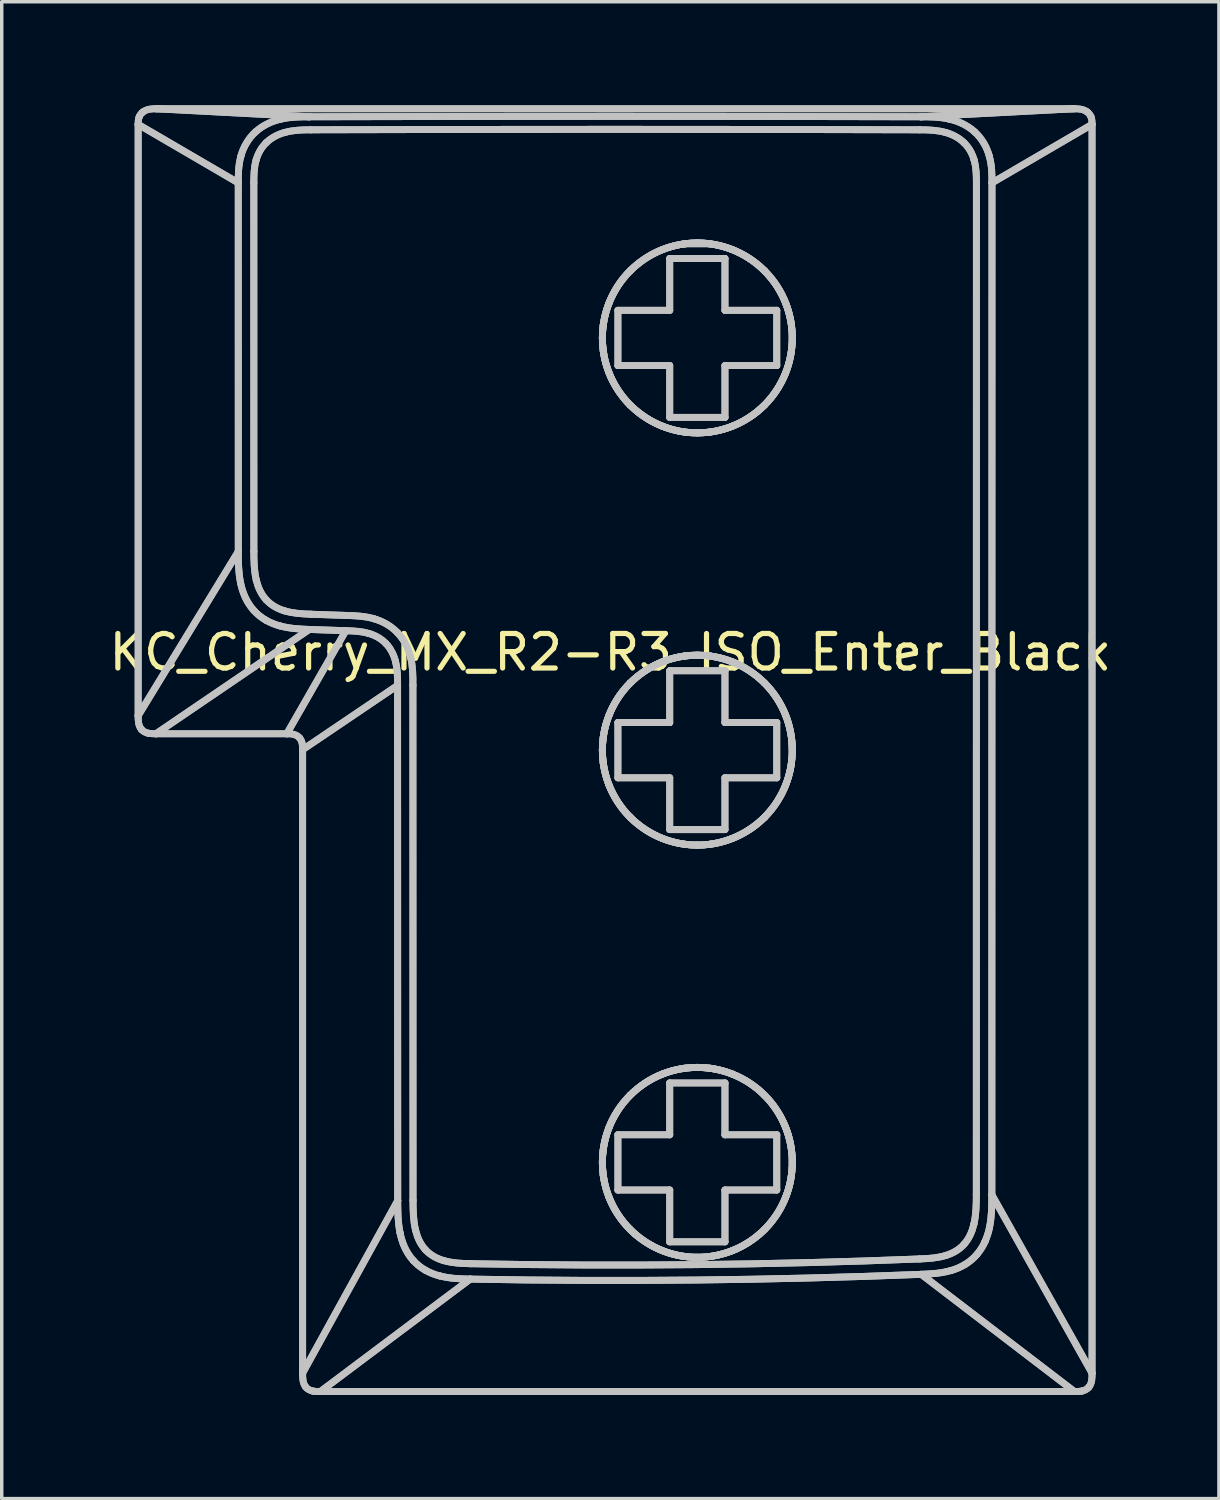
<source format=kicad_pcb>
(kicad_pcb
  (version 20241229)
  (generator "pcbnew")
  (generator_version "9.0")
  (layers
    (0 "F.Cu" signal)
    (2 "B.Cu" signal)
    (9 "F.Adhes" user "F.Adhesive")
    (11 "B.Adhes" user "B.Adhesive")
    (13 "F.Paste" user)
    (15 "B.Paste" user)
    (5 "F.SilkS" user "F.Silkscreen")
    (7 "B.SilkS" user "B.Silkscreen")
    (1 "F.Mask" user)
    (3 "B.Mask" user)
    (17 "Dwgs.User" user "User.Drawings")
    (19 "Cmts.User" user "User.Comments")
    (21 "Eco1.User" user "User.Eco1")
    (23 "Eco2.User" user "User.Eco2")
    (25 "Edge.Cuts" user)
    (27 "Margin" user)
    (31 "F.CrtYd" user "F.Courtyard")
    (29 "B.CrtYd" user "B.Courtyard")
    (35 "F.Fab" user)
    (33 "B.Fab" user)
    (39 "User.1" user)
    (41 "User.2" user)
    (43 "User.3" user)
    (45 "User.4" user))
  (footprint "KC_Cherry_MX_R2-R3_ISO_Enter_Black"
    (layer "F.Cu")
    (at 17.165 18.635)
    (property "Reference" "KC_Cherry_MX_R2-R3_ISO_Enter_Black" (at -2.54 -2.794 0) (layer "F.SilkS") (effects (font (size 1 1) (thickness 0.15))))
    (attr allow_missing_courtyard)
    (fp_line (start -16.214 -0.958) (end -16.214 -18.082) (stroke (width 0.2) (type default)) (layer "Dwgs.User"))
    (fp_line (start -16.214 -0.958) (end -16.214 -18.082) (stroke (width 0.2) (type default)) (layer "Dwgs.User"))
    (fp_line (start -15.683 -18.535) (end 10.88 -18.535) (stroke (width 0.2) (type default)) (layer "Dwgs.User"))
    (fp_line (start -15.683 -18.535) (end 10.88 -18.535) (stroke (width 0.2) (type default)) (layer "Dwgs.User"))
    (fp_line (start -13.315 -16.39) (end -16.214 -18.082) (stroke (width 0.2) (type default)) (layer "Dwgs.User"))
    (fp_line (start -13.315 -16.39) (end -16.214 -18.082) (stroke (width 0.2) (type default)) (layer "Dwgs.User"))
    (fp_line (start -13.315 -16.39) (end -13.314 -5.714) (stroke (width 0.2) (type default)) (layer "Dwgs.User"))
    (fp_line (start -13.315 -16.39) (end -13.314 -5.714) (stroke (width 0.2) (type default)) (layer "Dwgs.User"))
    (fp_line (start -13.314 -5.714) (end -16.214 -0.958) (stroke (width 0.2) (type default)) (layer "Dwgs.User"))
    (fp_line (start -13.314 -5.714) (end -16.214 -0.958) (stroke (width 0.2) (type default)) (layer "Dwgs.User"))
    (fp_line (start -12.864 -16.393) (end -12.863 -5.716) (stroke (width 0.2) (type default)) (layer "Dwgs.User"))
    (fp_line (start -12.864 -16.393) (end -12.863 -5.716) (stroke (width 0.2) (type default)) (layer "Dwgs.User"))
    (fp_line (start -11.909 -0.435) (end -15.699 -0.435) (stroke (width 0.2) (type default)) (layer "Dwgs.User"))
    (fp_line (start -11.909 -0.435) (end -15.699 -0.435) (stroke (width 0.2) (type default)) (layer "Dwgs.User"))
    (fp_line (start -11.909 -0.435) (end -10.2 -3.42) (stroke (width 0.2) (type default)) (layer "Dwgs.User"))
    (fp_line (start -11.909 -0.435) (end -10.2 -3.42) (stroke (width 0.2) (type default)) (layer "Dwgs.User"))
    (fp_line (start -11.451 0.025) (end -8.701 -1.834) (stroke (width 0.2) (type default)) (layer "Dwgs.User"))
    (fp_line (start -11.451 0.025) (end -8.701 -1.834) (stroke (width 0.2) (type default)) (layer "Dwgs.User"))
    (fp_line (start -11.451 18.079) (end -11.451 0.025) (stroke (width 0.2) (type default)) (layer "Dwgs.User"))
    (fp_line (start -11.451 18.079) (end -11.451 0.025) (stroke (width 0.2) (type default)) (layer "Dwgs.User"))
    (fp_line (start -11.258 -3.456) (end -15.699 -0.435) (stroke (width 0.2) (type default)) (layer "Dwgs.User"))
    (fp_line (start -11.258 -3.456) (end -15.699 -0.435) (stroke (width 0.2) (type default)) (layer "Dwgs.User"))
    (fp_line (start -11.251 -18.303) (end -15.683 -18.535) (stroke (width 0.2) (type default)) (layer "Dwgs.User"))
    (fp_line (start -11.251 -18.303) (end -15.683 -18.535) (stroke (width 0.2) (type default)) (layer "Dwgs.User"))
    (fp_line (start -10.2 -3.42) (end -11.258 -3.456) (stroke (width 0.2) (type default)) (layer "Dwgs.User"))
    (fp_line (start -10.2 -3.42) (end -11.258 -3.456) (stroke (width 0.2) (type default)) (layer "Dwgs.User"))
    (fp_line (start -10.165 -3.861) (end -11.219 -3.897) (stroke (width 0.2) (type default)) (layer "Dwgs.User"))
    (fp_line (start -10.165 -3.861) (end -11.219 -3.897) (stroke (width 0.2) (type default)) (layer "Dwgs.User"))
    (fp_line (start -8.697 13.085) (end -11.451 18.079) (stroke (width 0.2) (type default)) (layer "Dwgs.User"))
    (fp_line (start -8.697 13.085) (end -11.451 18.079) (stroke (width 0.2) (type default)) (layer "Dwgs.User"))
    (fp_line (start -8.697 13.085) (end -8.701 -1.834) (stroke (width 0.2) (type default)) (layer "Dwgs.User"))
    (fp_line (start -8.697 13.085) (end -8.701 -1.834) (stroke (width 0.2) (type default)) (layer "Dwgs.User"))
    (fp_line (start -8.254 13.083) (end -8.257 -1.837) (stroke (width 0.2) (type default)) (layer "Dwgs.User"))
    (fp_line (start -8.254 13.083) (end -8.257 -1.837) (stroke (width 0.2) (type default)) (layer "Dwgs.User"))
    (fp_line (start -6.598 15.358) (end -10.939 18.615) (stroke (width 0.2) (type default)) (layer "Dwgs.User"))
    (fp_line (start -6.598 15.358) (end -10.939 18.615) (stroke (width 0.2) (type default)) (layer "Dwgs.User"))
    (fp_line (start -2.32 -12.698) (end -0.82 -12.698) (stroke (width 0.2) (type default)) (layer "Dwgs.User"))
    (fp_line (start -2.32 -12.698) (end -0.82 -12.698) (stroke (width 0.2) (type default)) (layer "Dwgs.User"))
    (fp_line (start -2.32 -11.098) (end -2.32 -12.698) (stroke (width 0.2) (type default)) (layer "Dwgs.User"))
    (fp_line (start -2.32 -11.098) (end -2.32 -12.698) (stroke (width 0.2) (type default)) (layer "Dwgs.User"))
    (fp_line (start -2.32 -0.76) (end -0.82 -0.76) (stroke (width 0.2) (type default)) (layer "Dwgs.User"))
    (fp_line (start -2.32 -0.76) (end -0.82 -0.76) (stroke (width 0.2) (type default)) (layer "Dwgs.User"))
    (fp_line (start -2.32 0.84) (end -2.32 -0.76) (stroke (width 0.2) (type default)) (layer "Dwgs.User"))
    (fp_line (start -2.32 0.84) (end -2.32 -0.76) (stroke (width 0.2) (type default)) (layer "Dwgs.User"))
    (fp_line (start -2.32 11.178) (end -0.82 11.178) (stroke (width 0.2) (type default)) (layer "Dwgs.User"))
    (fp_line (start -2.32 11.178) (end -0.82 11.178) (stroke (width 0.2) (type default)) (layer "Dwgs.User"))
    (fp_line (start -2.32 12.778) (end -2.32 11.178) (stroke (width 0.2) (type default)) (layer "Dwgs.User"))
    (fp_line (start -2.32 12.778) (end -2.32 11.178) (stroke (width 0.2) (type default)) (layer "Dwgs.User"))
    (fp_line (start -0.82 -14.198) (end 0.78 -14.198) (stroke (width 0.2) (type default)) (layer "Dwgs.User"))
    (fp_line (start -0.82 -14.198) (end 0.78 -14.198) (stroke (width 0.2) (type default)) (layer "Dwgs.User"))
    (fp_line (start -0.82 -12.698) (end -0.82 -14.198) (stroke (width 0.2) (type default)) (layer "Dwgs.User"))
    (fp_line (start -0.82 -12.698) (end -0.82 -14.198) (stroke (width 0.2) (type default)) (layer "Dwgs.User"))
    (fp_line (start -0.82 -11.098) (end -2.32 -11.098) (stroke (width 0.2) (type default)) (layer "Dwgs.User"))
    (fp_line (start -0.82 -11.098) (end -2.32 -11.098) (stroke (width 0.2) (type default)) (layer "Dwgs.User"))
    (fp_line (start -0.82 -9.598) (end -0.82 -11.098) (stroke (width 0.2) (type default)) (layer "Dwgs.User"))
    (fp_line (start -0.82 -9.598) (end -0.82 -11.098) (stroke (width 0.2) (type default)) (layer "Dwgs.User"))
    (fp_line (start -0.82 -2.26) (end 0.78 -2.26) (stroke (width 0.2) (type default)) (layer "Dwgs.User"))
    (fp_line (start -0.82 -2.26) (end 0.78 -2.26) (stroke (width 0.2) (type default)) (layer "Dwgs.User"))
    (fp_line (start -0.82 -0.76) (end -0.82 -2.26) (stroke (width 0.2) (type default)) (layer "Dwgs.User"))
    (fp_line (start -0.82 -0.76) (end -0.82 -2.26) (stroke (width 0.2) (type default)) (layer "Dwgs.User"))
    (fp_line (start -0.82 0.84) (end -2.32 0.84) (stroke (width 0.2) (type default)) (layer "Dwgs.User"))
    (fp_line (start -0.82 0.84) (end -2.32 0.84) (stroke (width 0.2) (type default)) (layer "Dwgs.User"))
    (fp_line (start -0.82 2.34) (end -0.82 0.84) (stroke (width 0.2) (type default)) (layer "Dwgs.User"))
    (fp_line (start -0.82 2.34) (end -0.82 0.84) (stroke (width 0.2) (type default)) (layer "Dwgs.User"))
    (fp_line (start -0.82 9.678) (end 0.78 9.678) (stroke (width 0.2) (type default)) (layer "Dwgs.User"))
    (fp_line (start -0.82 9.678) (end 0.78 9.678) (stroke (width 0.2) (type default)) (layer "Dwgs.User"))
    (fp_line (start -0.82 11.178) (end -0.82 9.678) (stroke (width 0.2) (type default)) (layer "Dwgs.User"))
    (fp_line (start -0.82 11.178) (end -0.82 9.678) (stroke (width 0.2) (type default)) (layer "Dwgs.User"))
    (fp_line (start -0.82 12.778) (end -2.32 12.778) (stroke (width 0.2) (type default)) (layer "Dwgs.User"))
    (fp_line (start -0.82 12.778) (end -2.32 12.778) (stroke (width 0.2) (type default)) (layer "Dwgs.User"))
    (fp_line (start -0.82 14.278) (end -0.82 12.778) (stroke (width 0.2) (type default)) (layer "Dwgs.User"))
    (fp_line (start -0.82 14.278) (end -0.82 12.778) (stroke (width 0.2) (type default)) (layer "Dwgs.User"))
    (fp_line (start -0.395 -14.623) (end -0.395 -14.623) (stroke (width 0.2) (type default)) (layer "Dwgs.User"))
    (fp_line (start -0.395 -14.623) (end 0.355 -14.623) (stroke (width 0.2) (type default)) (layer "Dwgs.User"))
    (fp_line (start 0.78 -14.198) (end 0.78 -12.698) (stroke (width 0.2) (type default)) (layer "Dwgs.User"))
    (fp_line (start 0.78 -14.198) (end 0.78 -12.698) (stroke (width 0.2) (type default)) (layer "Dwgs.User"))
    (fp_line (start 0.78 -12.698) (end 2.28 -12.698) (stroke (width 0.2) (type default)) (layer "Dwgs.User"))
    (fp_line (start 0.78 -12.698) (end 2.28 -12.698) (stroke (width 0.2) (type default)) (layer "Dwgs.User"))
    (fp_line (start 0.78 -11.098) (end 0.78 -9.598) (stroke (width 0.2) (type default)) (layer "Dwgs.User"))
    (fp_line (start 0.78 -11.098) (end 0.78 -9.598) (stroke (width 0.2) (type default)) (layer "Dwgs.User"))
    (fp_line (start 0.78 -9.598) (end -0.82 -9.598) (stroke (width 0.2) (type default)) (layer "Dwgs.User"))
    (fp_line (start 0.78 -9.598) (end -0.82 -9.598) (stroke (width 0.2) (type default)) (layer "Dwgs.User"))
    (fp_line (start 0.78 -2.26) (end 0.78 -0.76) (stroke (width 0.2) (type default)) (layer "Dwgs.User"))
    (fp_line (start 0.78 -2.26) (end 0.78 -0.76) (stroke (width 0.2) (type default)) (layer "Dwgs.User"))
    (fp_line (start 0.78 -0.76) (end 2.28 -0.76) (stroke (width 0.2) (type default)) (layer "Dwgs.User"))
    (fp_line (start 0.78 -0.76) (end 2.28 -0.76) (stroke (width 0.2) (type default)) (layer "Dwgs.User"))
    (fp_line (start 0.78 0.84) (end 0.78 2.34) (stroke (width 0.2) (type default)) (layer "Dwgs.User"))
    (fp_line (start 0.78 0.84) (end 0.78 2.34) (stroke (width 0.2) (type default)) (layer "Dwgs.User"))
    (fp_line (start 0.78 2.34) (end -0.82 2.34) (stroke (width 0.2) (type default)) (layer "Dwgs.User"))
    (fp_line (start 0.78 2.34) (end -0.82 2.34) (stroke (width 0.2) (type default)) (layer "Dwgs.User"))
    (fp_line (start 0.78 9.678) (end 0.78 11.178) (stroke (width 0.2) (type default)) (layer "Dwgs.User"))
    (fp_line (start 0.78 9.678) (end 0.78 11.178) (stroke (width 0.2) (type default)) (layer "Dwgs.User"))
    (fp_line (start 0.78 11.178) (end 2.28 11.178) (stroke (width 0.2) (type default)) (layer "Dwgs.User"))
    (fp_line (start 0.78 11.178) (end 2.28 11.178) (stroke (width 0.2) (type default)) (layer "Dwgs.User"))
    (fp_line (start 0.78 12.778) (end 0.78 14.278) (stroke (width 0.2) (type default)) (layer "Dwgs.User"))
    (fp_line (start 0.78 12.778) (end 0.78 14.278) (stroke (width 0.2) (type default)) (layer "Dwgs.User"))
    (fp_line (start 0.78 14.278) (end -0.82 14.278) (stroke (width 0.2) (type default)) (layer "Dwgs.User"))
    (fp_line (start 0.78 14.278) (end -0.82 14.278) (stroke (width 0.2) (type default)) (layer "Dwgs.User"))
    (fp_line (start 2.28 -12.698) (end 2.28 -11.098) (stroke (width 0.2) (type default)) (layer "Dwgs.User"))
    (fp_line (start 2.28 -12.698) (end 2.28 -11.098) (stroke (width 0.2) (type default)) (layer "Dwgs.User"))
    (fp_line (start 2.28 -11.098) (end 0.78 -11.098) (stroke (width 0.2) (type default)) (layer "Dwgs.User"))
    (fp_line (start 2.28 -11.098) (end 0.78 -11.098) (stroke (width 0.2) (type default)) (layer "Dwgs.User"))
    (fp_line (start 2.28 -0.76) (end 2.28 0.84) (stroke (width 0.2) (type default)) (layer "Dwgs.User"))
    (fp_line (start 2.28 -0.76) (end 2.28 0.84) (stroke (width 0.2) (type default)) (layer "Dwgs.User"))
    (fp_line (start 2.28 0.84) (end 0.78 0.84) (stroke (width 0.2) (type default)) (layer "Dwgs.User"))
    (fp_line (start 2.28 0.84) (end 0.78 0.84) (stroke (width 0.2) (type default)) (layer "Dwgs.User"))
    (fp_line (start 2.28 11.178) (end 2.28 12.778) (stroke (width 0.2) (type default)) (layer "Dwgs.User"))
    (fp_line (start 2.28 11.178) (end 2.28 12.778) (stroke (width 0.2) (type default)) (layer "Dwgs.User"))
    (fp_line (start 2.28 12.778) (end 0.78 12.778) (stroke (width 0.2) (type default)) (layer "Dwgs.User"))
    (fp_line (start 2.28 12.778) (end 0.78 12.778) (stroke (width 0.2) (type default)) (layer "Dwgs.User"))
    (fp_line (start 2.704 -0.336) (end 2.73 0.039) (stroke (width 0.2) (type default)) (layer "Dwgs.User"))
    (fp_line (start 6.464 15.22) (end 10.901 18.615) (stroke (width 0.2) (type default)) (layer "Dwgs.User"))
    (fp_line (start 6.464 15.22) (end 10.901 18.615) (stroke (width 0.2) (type default)) (layer "Dwgs.User"))
    (fp_line (start 8.06 12.914) (end 8.062 -16.393) (stroke (width 0.2) (type default)) (layer "Dwgs.User"))
    (fp_line (start 8.06 12.914) (end 8.062 -16.393) (stroke (width 0.2) (type default)) (layer "Dwgs.User"))
    (fp_line (start 8.509 12.916) (end 8.513 -16.39) (stroke (width 0.2) (type default)) (layer "Dwgs.User"))
    (fp_line (start 8.509 12.916) (end 8.513 -16.39) (stroke (width 0.2) (type default)) (layer "Dwgs.User"))
    (fp_line (start 8.509 12.916) (end 11.411 18.081) (stroke (width 0.2) (type default)) (layer "Dwgs.User"))
    (fp_line (start 8.509 12.916) (end 11.411 18.081) (stroke (width 0.2) (type default)) (layer "Dwgs.User"))
    (fp_line (start 10.88 -18.535) (end 6.449 -18.303) (stroke (width 0.2) (type default)) (layer "Dwgs.User"))
    (fp_line (start 10.88 -18.535) (end 6.449 -18.303) (stroke (width 0.2) (type default)) (layer "Dwgs.User"))
    (fp_line (start 10.901 18.615) (end -10.939 18.615) (stroke (width 0.2) (type default)) (layer "Dwgs.User"))
    (fp_line (start 10.901 18.615) (end -10.939 18.615) (stroke (width 0.2) (type default)) (layer "Dwgs.User"))
    (fp_line (start 11.411 -18.082) (end 8.513 -16.39) (stroke (width 0.2) (type default)) (layer "Dwgs.User"))
    (fp_line (start 11.411 -18.082) (end 8.513 -16.39) (stroke (width 0.2) (type default)) (layer "Dwgs.User"))
    (fp_line (start 11.411 -18.082) (end 11.411 18.081) (stroke (width 0.2) (type default)) (layer "Dwgs.User"))
    (fp_line (start 11.411 -18.082) (end 11.411 18.081) (stroke (width 0.2) (type default)) (layer "Dwgs.User"))
    (fp_curve (pts (xy -16.214 -18.082) (xy -16.214 -18.155) (xy -16.212 -18.231) (xy -16.184 -18.3)) (stroke (width 0.2) (type default)) (layer "Dwgs.User"))
    (fp_curve (pts (xy -16.214 -18.082) (xy -16.214 -18.155) (xy -16.212 -18.231) (xy -16.184 -18.3)) (stroke (width 0.2) (type default)) (layer "Dwgs.User"))
    (fp_curve (pts (xy -16.184 -18.3) (xy -16.161 -18.356) (xy -16.125 -18.403) (xy -16.078 -18.44)) (stroke (width 0.2) (type default)) (layer "Dwgs.User"))
    (fp_curve (pts (xy -16.184 -18.3) (xy -16.161 -18.356) (xy -16.125 -18.403) (xy -16.078 -18.44)) (stroke (width 0.2) (type default)) (layer "Dwgs.User"))
    (fp_curve (pts (xy -16.12 -0.562) (xy -16.212 -0.671) (xy -16.214 -0.823) (xy -16.214 -0.958)) (stroke (width 0.2) (type default)) (layer "Dwgs.User"))
    (fp_curve (pts (xy -16.12 -0.562) (xy -16.212 -0.671) (xy -16.214 -0.823) (xy -16.214 -0.958)) (stroke (width 0.2) (type default)) (layer "Dwgs.User"))
    (fp_curve (pts (xy -16.078 -18.44) (xy -15.966 -18.528) (xy -15.819 -18.537) (xy -15.683 -18.535)) (stroke (width 0.2) (type default)) (layer "Dwgs.User"))
    (fp_curve (pts (xy -16.078 -18.44) (xy -15.966 -18.528) (xy -15.819 -18.537) (xy -15.683 -18.535)) (stroke (width 0.2) (type default)) (layer "Dwgs.User"))
    (fp_curve (pts (xy -15.918 -0.45) (xy -15.994 -0.465) (xy -16.069 -0.501) (xy -16.12 -0.562)) (stroke (width 0.2) (type default)) (layer "Dwgs.User"))
    (fp_curve (pts (xy -15.918 -0.45) (xy -15.994 -0.465) (xy -16.069 -0.501) (xy -16.12 -0.562)) (stroke (width 0.2) (type default)) (layer "Dwgs.User"))
    (fp_curve (pts (xy -15.699 -0.435) (xy -15.772 -0.433) (xy -15.845 -0.438) (xy -15.918 -0.45)) (stroke (width 0.2) (type default)) (layer "Dwgs.User"))
    (fp_curve (pts (xy -15.699 -0.435) (xy -15.772 -0.433) (xy -15.845 -0.438) (xy -15.918 -0.45)) (stroke (width 0.2) (type default)) (layer "Dwgs.User"))
    (fp_curve (pts (xy -13.315 -16.39) (xy -13.314 -16.611) (xy -13.317 -16.875) (xy -13.238 -17.165)) (stroke (width 0.2) (type default)) (layer "Dwgs.User"))
    (fp_curve (pts (xy -13.315 -16.39) (xy -13.314 -16.611) (xy -13.317 -16.875) (xy -13.238 -17.165)) (stroke (width 0.2) (type default)) (layer "Dwgs.User"))
    (fp_curve (pts (xy -13.247 -4.801) (xy -13.315 -5.132) (xy -13.312 -5.435) (xy -13.314 -5.714)) (stroke (width 0.2) (type default)) (layer "Dwgs.User"))
    (fp_curve (pts (xy -13.247 -4.801) (xy -13.315 -5.132) (xy -13.312 -5.435) (xy -13.314 -5.714)) (stroke (width 0.2) (type default)) (layer "Dwgs.User"))
    (fp_curve (pts (xy -13.238 -17.165) (xy -13.17 -17.419) (xy -13.021 -17.68) (xy -12.815 -17.865)) (stroke (width 0.2) (type default)) (layer "Dwgs.User"))
    (fp_curve (pts (xy -13.238 -17.165) (xy -13.17 -17.419) (xy -13.021 -17.68) (xy -12.815 -17.865)) (stroke (width 0.2) (type default)) (layer "Dwgs.User"))
    (fp_curve (pts (xy -12.869 -4.012) (xy -13.09 -4.26) (xy -13.194 -4.547) (xy -13.247 -4.801)) (stroke (width 0.2) (type default)) (layer "Dwgs.User"))
    (fp_curve (pts (xy -12.869 -4.012) (xy -13.09 -4.26) (xy -13.194 -4.547) (xy -13.247 -4.801)) (stroke (width 0.2) (type default)) (layer "Dwgs.User"))
    (fp_curve (pts (xy -12.864 -16.393) (xy -12.864 -16.614) (xy -12.859 -16.839) (xy -12.797 -17.053)) (stroke (width 0.2) (type default)) (layer "Dwgs.User"))
    (fp_curve (pts (xy -12.864 -16.393) (xy -12.864 -16.614) (xy -12.859 -16.839) (xy -12.797 -17.053)) (stroke (width 0.2) (type default)) (layer "Dwgs.User"))
    (fp_curve (pts (xy -12.815 -17.865) (xy -12.595 -18.066) (xy -12.331 -18.178) (xy -12.084 -18.235)) (stroke (width 0.2) (type default)) (layer "Dwgs.User"))
    (fp_curve (pts (xy -12.815 -17.865) (xy -12.595 -18.066) (xy -12.331 -18.178) (xy -12.084 -18.235)) (stroke (width 0.2) (type default)) (layer "Dwgs.User"))
    (fp_curve (pts (xy -12.797 -17.053) (xy -12.744 -17.241) (xy -12.645 -17.416) (xy -12.506 -17.551)) (stroke (width 0.2) (type default)) (layer "Dwgs.User"))
    (fp_curve (pts (xy -12.797 -17.053) (xy -12.744 -17.241) (xy -12.645 -17.416) (xy -12.506 -17.551)) (stroke (width 0.2) (type default)) (layer "Dwgs.User"))
    (fp_curve (pts (xy -12.793 -4.885) (xy -12.857 -5.156) (xy -12.863 -5.438) (xy -12.863 -5.716)) (stroke (width 0.2) (type default)) (layer "Dwgs.User"))
    (fp_curve (pts (xy -12.793 -4.885) (xy -12.857 -5.156) (xy -12.863 -5.438) (xy -12.863 -5.716)) (stroke (width 0.2) (type default)) (layer "Dwgs.User"))
    (fp_curve (pts (xy -12.523 -3.729) (xy -12.648 -3.802) (xy -12.769 -3.899) (xy -12.869 -4.012)) (stroke (width 0.2) (type default)) (layer "Dwgs.User"))
    (fp_curve (pts (xy -12.523 -3.729) (xy -12.648 -3.802) (xy -12.769 -3.899) (xy -12.869 -4.012)) (stroke (width 0.2) (type default)) (layer "Dwgs.User"))
    (fp_curve (pts (xy -12.506 -17.551) (xy -12.357 -17.697) (xy -12.166 -17.795) (xy -11.966 -17.85)) (stroke (width 0.2) (type default)) (layer "Dwgs.User"))
    (fp_curve (pts (xy -12.506 -17.551) (xy -12.357 -17.697) (xy -12.166 -17.795) (xy -11.966 -17.85)) (stroke (width 0.2) (type default)) (layer "Dwgs.User"))
    (fp_curve (pts (xy -12.505 -4.314) (xy -12.652 -4.473) (xy -12.743 -4.676) (xy -12.793 -4.885)) (stroke (width 0.2) (type default)) (layer "Dwgs.User"))
    (fp_curve (pts (xy -12.505 -4.314) (xy -12.652 -4.473) (xy -12.743 -4.676) (xy -12.793 -4.885)) (stroke (width 0.2) (type default)) (layer "Dwgs.User"))
    (fp_curve (pts (xy -12.121 -3.562) (xy -12.254 -3.597) (xy -12.388 -3.653) (xy -12.523 -3.729)) (stroke (width 0.2) (type default)) (layer "Dwgs.User"))
    (fp_curve (pts (xy -12.121 -3.562) (xy -12.254 -3.597) (xy -12.388 -3.653) (xy -12.523 -3.729)) (stroke (width 0.2) (type default)) (layer "Dwgs.User"))
    (fp_curve (pts (xy -12.084 -18.235) (xy -11.784 -18.304) (xy -11.502 -18.301) (xy -11.251 -18.303)) (stroke (width 0.2) (type default)) (layer "Dwgs.User"))
    (fp_curve (pts (xy -12.084 -18.235) (xy -11.784 -18.304) (xy -11.502 -18.301) (xy -11.251 -18.303)) (stroke (width 0.2) (type default)) (layer "Dwgs.User"))
    (fp_curve (pts (xy -11.983 -3.997) (xy -12.179 -4.056) (xy -12.365 -4.161) (xy -12.505 -4.314)) (stroke (width 0.2) (type default)) (layer "Dwgs.User"))
    (fp_curve (pts (xy -11.983 -3.997) (xy -12.179 -4.056) (xy -12.365 -4.161) (xy -12.505 -4.314)) (stroke (width 0.2) (type default)) (layer "Dwgs.User"))
    (fp_curve (pts (xy -11.966 -17.85) (xy -11.725 -17.917) (xy -11.47 -17.926) (xy -11.22 -17.926)) (stroke (width 0.2) (type default)) (layer "Dwgs.User"))
    (fp_curve (pts (xy -11.966 -17.85) (xy -11.725 -17.917) (xy -11.47 -17.926) (xy -11.22 -17.926)) (stroke (width 0.2) (type default)) (layer "Dwgs.User"))
    (fp_curve (pts (xy -11.54 -0.315) (xy -11.63 -0.421) (xy -11.778 -0.439) (xy -11.909 -0.435)) (stroke (width 0.2) (type default)) (layer "Dwgs.User"))
    (fp_curve (pts (xy -11.54 -0.315) (xy -11.63 -0.421) (xy -11.778 -0.439) (xy -11.909 -0.435)) (stroke (width 0.2) (type default)) (layer "Dwgs.User"))
    (fp_curve (pts (xy -11.451 0.025) (xy -11.449 -0.092) (xy -11.459 -0.222) (xy -11.54 -0.315)) (stroke (width 0.2) (type default)) (layer "Dwgs.User"))
    (fp_curve (pts (xy -11.451 0.025) (xy -11.449 -0.092) (xy -11.459 -0.222) (xy -11.54 -0.315)) (stroke (width 0.2) (type default)) (layer "Dwgs.User"))
    (fp_curve (pts (xy -11.358 18.486) (xy -11.451 18.373) (xy -11.451 18.218) (xy -11.451 18.079)) (stroke (width 0.2) (type default)) (layer "Dwgs.User"))
    (fp_curve (pts (xy -11.358 18.486) (xy -11.451 18.373) (xy -11.451 18.218) (xy -11.451 18.079)) (stroke (width 0.2) (type default)) (layer "Dwgs.User"))
    (fp_curve (pts (xy -11.258 -3.456) (xy -11.517 -3.468) (xy -11.803 -3.474) (xy -12.121 -3.562)) (stroke (width 0.2) (type default)) (layer "Dwgs.User"))
    (fp_curve (pts (xy -11.258 -3.456) (xy -11.517 -3.468) (xy -11.803 -3.474) (xy -12.121 -3.562)) (stroke (width 0.2) (type default)) (layer "Dwgs.User"))
    (fp_curve (pts (xy -11.251 -18.303) (xy -5.365 -18.32) (xy 0.562 -18.32) (xy 6.449 -18.303)) (stroke (width 0.2) (type default)) (layer "Dwgs.User"))
    (fp_curve (pts (xy -11.251 -18.303) (xy -5.365 -18.32) (xy 0.562 -18.32) (xy 6.449 -18.303)) (stroke (width 0.2) (type default)) (layer "Dwgs.User"))
    (fp_curve (pts (xy -11.22 -17.926) (xy -5.354 -17.944) (xy 0.552 -17.944) (xy 6.417 -17.926)) (stroke (width 0.2) (type default)) (layer "Dwgs.User"))
    (fp_curve (pts (xy -11.22 -17.926) (xy -5.354 -17.944) (xy 0.552 -17.944) (xy 6.417 -17.926)) (stroke (width 0.2) (type default)) (layer "Dwgs.User"))
    (fp_curve (pts (xy -11.219 -3.897) (xy -11.476 -3.907) (xy -11.736 -3.922) (xy -11.983 -3.997)) (stroke (width 0.2) (type default)) (layer "Dwgs.User"))
    (fp_curve (pts (xy -11.219 -3.897) (xy -11.476 -3.907) (xy -11.736 -3.922) (xy -11.983 -3.997)) (stroke (width 0.2) (type default)) (layer "Dwgs.User"))
    (fp_curve (pts (xy -11.157 18.6) (xy -11.234 18.584) (xy -11.308 18.548) (xy -11.358 18.486)) (stroke (width 0.2) (type default)) (layer "Dwgs.User"))
    (fp_curve (pts (xy -11.157 18.6) (xy -11.234 18.584) (xy -11.308 18.548) (xy -11.358 18.486)) (stroke (width 0.2) (type default)) (layer "Dwgs.User"))
    (fp_curve (pts (xy -10.939 18.615) (xy -11.012 18.617) (xy -11.085 18.612) (xy -11.157 18.6)) (stroke (width 0.2) (type default)) (layer "Dwgs.User"))
    (fp_curve (pts (xy -10.939 18.615) (xy -11.012 18.617) (xy -11.085 18.612) (xy -11.157 18.6)) (stroke (width 0.2) (type default)) (layer "Dwgs.User"))
    (fp_curve (pts (xy -10.2 -3.42) (xy -9.94 -3.413) (xy -9.728 -3.398) (xy -9.533 -3.34)) (stroke (width 0.2) (type default)) (layer "Dwgs.User"))
    (fp_curve (pts (xy -10.2 -3.42) (xy -9.94 -3.413) (xy -9.728 -3.398) (xy -9.533 -3.34)) (stroke (width 0.2) (type default)) (layer "Dwgs.User"))
    (fp_curve (pts (xy -10.165 -3.861) (xy -9.904 -3.854) (xy -9.639 -3.841) (xy -9.387 -3.766)) (stroke (width 0.2) (type default)) (layer "Dwgs.User"))
    (fp_curve (pts (xy -10.165 -3.861) (xy -9.904 -3.854) (xy -9.639 -3.841) (xy -9.387 -3.766)) (stroke (width 0.2) (type default)) (layer "Dwgs.User"))
    (fp_curve (pts (xy -9.533 -3.34) (xy -9.336 -3.282) (xy -9.17 -3.184) (xy -9.038 -3.048)) (stroke (width 0.2) (type default)) (layer "Dwgs.User"))
    (fp_curve (pts (xy -9.533 -3.34) (xy -9.336 -3.282) (xy -9.17 -3.184) (xy -9.038 -3.048)) (stroke (width 0.2) (type default)) (layer "Dwgs.User"))
    (fp_curve (pts (xy -9.387 -3.766) (xy -9.13 -3.693) (xy -8.888 -3.556) (xy -8.703 -3.361)) (stroke (width 0.2) (type default)) (layer "Dwgs.User"))
    (fp_curve (pts (xy -9.387 -3.766) (xy -9.13 -3.693) (xy -8.888 -3.556) (xy -8.703 -3.361)) (stroke (width 0.2) (type default)) (layer "Dwgs.User"))
    (fp_curve (pts (xy -9.038 -3.048) (xy -8.907 -2.909) (xy -8.815 -2.739) (xy -8.762 -2.536)) (stroke (width 0.2) (type default)) (layer "Dwgs.User"))
    (fp_curve (pts (xy -9.038 -3.048) (xy -8.907 -2.909) (xy -8.815 -2.739) (xy -8.762 -2.536)) (stroke (width 0.2) (type default)) (layer "Dwgs.User"))
    (fp_curve (pts (xy -8.762 -2.536) (xy -8.708 -2.33) (xy -8.699 -2.106) (xy -8.701 -1.834)) (stroke (width 0.2) (type default)) (layer "Dwgs.User"))
    (fp_curve (pts (xy -8.762 -2.536) (xy -8.708 -2.33) (xy -8.699 -2.106) (xy -8.701 -1.834)) (stroke (width 0.2) (type default)) (layer "Dwgs.User"))
    (fp_curve (pts (xy -8.703 -3.361) (xy -8.516 -3.166) (xy -8.39 -2.917) (xy -8.326 -2.656)) (stroke (width 0.2) (type default)) (layer "Dwgs.User"))
    (fp_curve (pts (xy -8.703 -3.361) (xy -8.516 -3.166) (xy -8.39 -2.917) (xy -8.326 -2.656)) (stroke (width 0.2) (type default)) (layer "Dwgs.User"))
    (fp_curve (pts (xy -8.629 14.02) (xy -8.698 13.681) (xy -8.695 13.372) (xy -8.697 13.085)) (stroke (width 0.2) (type default)) (layer "Dwgs.User"))
    (fp_curve (pts (xy -8.629 14.02) (xy -8.698 13.681) (xy -8.695 13.372) (xy -8.697 13.085)) (stroke (width 0.2) (type default)) (layer "Dwgs.User"))
    (fp_curve (pts (xy -8.326 -2.656) (xy -8.258 -2.389) (xy -8.255 -2.111) (xy -8.257 -1.837)) (stroke (width 0.2) (type default)) (layer "Dwgs.User"))
    (fp_curve (pts (xy -8.326 -2.656) (xy -8.258 -2.389) (xy -8.255 -2.111) (xy -8.257 -1.837)) (stroke (width 0.2) (type default)) (layer "Dwgs.User"))
    (fp_curve (pts (xy -8.246 14.82) (xy -8.475 14.567) (xy -8.576 14.276) (xy -8.629 14.02)) (stroke (width 0.2) (type default)) (layer "Dwgs.User"))
    (fp_curve (pts (xy -8.246 14.82) (xy -8.475 14.567) (xy -8.576 14.276) (xy -8.629 14.02)) (stroke (width 0.2) (type default)) (layer "Dwgs.User"))
    (fp_curve (pts (xy -8.181 13.937) (xy -8.247 13.658) (xy -8.253 13.369) (xy -8.254 13.083)) (stroke (width 0.2) (type default)) (layer "Dwgs.User"))
    (fp_curve (pts (xy -8.181 13.937) (xy -8.247 13.658) (xy -8.253 13.369) (xy -8.254 13.083)) (stroke (width 0.2) (type default)) (layer "Dwgs.User"))
    (fp_curve (pts (xy -7.891 15.103) (xy -8.018 15.032) (xy -8.143 14.934) (xy -8.246 14.82)) (stroke (width 0.2) (type default)) (layer "Dwgs.User"))
    (fp_curve (pts (xy -7.891 15.103) (xy -8.018 15.032) (xy -8.143 14.934) (xy -8.246 14.82)) (stroke (width 0.2) (type default)) (layer "Dwgs.User"))
    (fp_curve (pts (xy -7.89 14.513) (xy -8.04 14.353) (xy -8.131 14.148) (xy -8.181 13.937)) (stroke (width 0.2) (type default)) (layer "Dwgs.User"))
    (fp_curve (pts (xy -7.89 14.513) (xy -8.04 14.353) (xy -8.131 14.148) (xy -8.181 13.937)) (stroke (width 0.2) (type default)) (layer "Dwgs.User"))
    (fp_curve (pts (xy -7.479 15.266) (xy -7.614 15.234) (xy -7.751 15.18) (xy -7.891 15.103)) (stroke (width 0.2) (type default)) (layer "Dwgs.User"))
    (fp_curve (pts (xy -7.479 15.266) (xy -7.614 15.234) (xy -7.751 15.18) (xy -7.891 15.103)) (stroke (width 0.2) (type default)) (layer "Dwgs.User"))
    (fp_curve (pts (xy -7.361 14.823) (xy -7.559 14.767) (xy -7.748 14.665) (xy -7.89 14.513)) (stroke (width 0.2) (type default)) (layer "Dwgs.User"))
    (fp_curve (pts (xy -7.361 14.823) (xy -7.559 14.767) (xy -7.748 14.665) (xy -7.89 14.513)) (stroke (width 0.2) (type default)) (layer "Dwgs.User"))
    (fp_curve (pts (xy -6.598 15.358) (xy -6.862 15.351) (xy -7.153 15.35) (xy -7.479 15.266)) (stroke (width 0.2) (type default)) (layer "Dwgs.User"))
    (fp_curve (pts (xy -6.598 15.358) (xy -6.862 15.351) (xy -7.153 15.35) (xy -7.479 15.266)) (stroke (width 0.2) (type default)) (layer "Dwgs.User"))
    (fp_curve (pts (xy -6.578 14.912) (xy -6.841 14.907) (xy -7.107 14.896) (xy -7.361 14.823)) (stroke (width 0.2) (type default)) (layer "Dwgs.User"))
    (fp_curve (pts (xy -6.578 14.912) (xy -6.841 14.907) (xy -7.107 14.896) (xy -7.361 14.823)) (stroke (width 0.2) (type default)) (layer "Dwgs.User"))
    (fp_curve (pts (xy -2.77 -11.899) (xy -2.77 -11.575) (xy -2.711 -11.225) (xy -2.577 -10.886)) (stroke (width 0.2) (type default)) (layer "Dwgs.User"))
    (fp_curve (pts (xy -2.77 -11.899) (xy -2.77 -11.575) (xy -2.711 -11.225) (xy -2.577 -10.886)) (stroke (width 0.2) (type default)) (layer "Dwgs.User"))
    (fp_curve (pts (xy -2.77 0.039) (xy -2.77 0.363) (xy -2.711 0.713) (xy -2.577 1.052)) (stroke (width 0.2) (type default)) (layer "Dwgs.User"))
    (fp_curve (pts (xy -2.77 0.039) (xy -2.77 0.363) (xy -2.711 0.713) (xy -2.577 1.052)) (stroke (width 0.2) (type default)) (layer "Dwgs.User"))
    (fp_curve (pts (xy -2.77 11.977) (xy -2.77 12.301) (xy -2.711 12.651) (xy -2.577 12.99)) (stroke (width 0.2) (type default)) (layer "Dwgs.User"))
    (fp_curve (pts (xy -2.77 11.977) (xy -2.77 12.301) (xy -2.711 12.651) (xy -2.577 12.99)) (stroke (width 0.2) (type default)) (layer "Dwgs.User"))
    (fp_curve (pts (xy -2.744 -11.524) (xy -2.665 -10.935) (xy -2.386 -10.374) (xy -1.965 -9.954)) (stroke (width 0.2) (type default)) (layer "Dwgs.User"))
    (fp_curve (pts (xy -2.744 -11.524) (xy -2.665 -10.935) (xy -2.386 -10.374) (xy -1.965 -9.954)) (stroke (width 0.2) (type default)) (layer "Dwgs.User"))
    (fp_curve (pts (xy -2.744 12.352) (xy -2.656 13.009) (xy -2.321 13.627) (xy -1.815 14.06)) (stroke (width 0.2) (type default)) (layer "Dwgs.User"))
    (fp_curve (pts (xy -2.744 12.352) (xy -2.656 13.009) (xy -2.321 13.627) (xy -1.815 14.06)) (stroke (width 0.2) (type default)) (layer "Dwgs.User"))
    (fp_curve (pts (xy -2.744 -12.274) (xy -2.779 -12.024) (xy -2.779 -11.774) (xy -2.744 -11.524)) (stroke (width 0.2) (type default)) (layer "Dwgs.User"))
    (fp_curve (pts (xy -2.744 -12.274) (xy -2.779 -12.024) (xy -2.779 -11.774) (xy -2.744 -11.524)) (stroke (width 0.2) (type default)) (layer "Dwgs.User"))
    (fp_curve (pts (xy -2.744 -0.336) (xy -2.779 -0.086) (xy -2.779 0.164) (xy -2.744 0.414)) (stroke (width 0.2) (type default)) (layer "Dwgs.User"))
    (fp_curve (pts (xy -2.744 -0.336) (xy -2.779 -0.086) (xy -2.779 0.164) (xy -2.744 0.414)) (stroke (width 0.2) (type default)) (layer "Dwgs.User"))
    (fp_curve (pts (xy -2.744 -0.336) (xy -2.664 -0.925) (xy -2.386 -1.486) (xy -1.965 -1.905)) (stroke (width 0.2) (type default)) (layer "Dwgs.User"))
    (fp_curve (pts (xy -2.744 -0.336) (xy -2.664 -0.925) (xy -2.386 -1.486) (xy -1.965 -1.905)) (stroke (width 0.2) (type default)) (layer "Dwgs.User"))
    (fp_curve (pts (xy -2.744 11.602) (xy -2.779 11.852) (xy -2.779 12.102) (xy -2.744 12.352)) (stroke (width 0.2) (type default)) (layer "Dwgs.User"))
    (fp_curve (pts (xy -2.744 11.602) (xy -2.779 11.852) (xy -2.779 12.102) (xy -2.744 12.352)) (stroke (width 0.2) (type default)) (layer "Dwgs.User"))
    (fp_curve (pts (xy -2.577 -12.911) (xy -2.711 -12.572) (xy -2.77 -12.222) (xy -2.77 -11.899)) (stroke (width 0.2) (type default)) (layer "Dwgs.User"))
    (fp_curve (pts (xy -2.577 -12.911) (xy -2.711 -12.572) (xy -2.77 -12.222) (xy -2.77 -11.899)) (stroke (width 0.2) (type default)) (layer "Dwgs.User"))
    (fp_curve (pts (xy -2.577 -10.886) (xy -2.444 -10.548) (xy -2.234 -10.222) (xy -1.965 -9.954)) (stroke (width 0.2) (type default)) (layer "Dwgs.User"))
    (fp_curve (pts (xy -2.577 -10.886) (xy -2.444 -10.548) (xy -2.234 -10.222) (xy -1.965 -9.954)) (stroke (width 0.2) (type default)) (layer "Dwgs.User"))
    (fp_curve (pts (xy -2.577 -0.973) (xy -2.711 -0.634) (xy -2.77 -0.284) (xy -2.77 0.039)) (stroke (width 0.2) (type default)) (layer "Dwgs.User"))
    (fp_curve (pts (xy -2.577 -0.973) (xy -2.711 -0.634) (xy -2.77 -0.284) (xy -2.77 0.039)) (stroke (width 0.2) (type default)) (layer "Dwgs.User"))
    (fp_curve (pts (xy -2.577 1.052) (xy -2.444 1.39) (xy -2.234 1.716) (xy -1.965 1.984)) (stroke (width 0.2) (type default)) (layer "Dwgs.User"))
    (fp_curve (pts (xy -2.577 1.052) (xy -2.444 1.39) (xy -2.234 1.716) (xy -1.965 1.984)) (stroke (width 0.2) (type default)) (layer "Dwgs.User"))
    (fp_curve (pts (xy -2.577 10.965) (xy -2.711 11.304) (xy -2.77 11.654) (xy -2.77 11.977)) (stroke (width 0.2) (type default)) (layer "Dwgs.User"))
    (fp_curve (pts (xy -2.577 10.965) (xy -2.711 11.304) (xy -2.77 11.654) (xy -2.77 11.977)) (stroke (width 0.2) (type default)) (layer "Dwgs.User"))
    (fp_curve (pts (xy -2.577 12.99) (xy -2.444 13.328) (xy -2.234 13.654) (xy -1.965 13.922)) (stroke (width 0.2) (type default)) (layer "Dwgs.User"))
    (fp_curve (pts (xy -2.577 12.99) (xy -2.444 13.328) (xy -2.234 13.654) (xy -1.965 13.922)) (stroke (width 0.2) (type default)) (layer "Dwgs.User"))
    (fp_curve (pts (xy -1.965 -13.843) (xy -2.386 -13.424) (xy -2.664 -12.863) (xy -2.744 -12.274)) (stroke (width 0.2) (type default)) (layer "Dwgs.User"))
    (fp_curve (pts (xy -1.965 -13.843) (xy -2.386 -13.424) (xy -2.664 -12.863) (xy -2.744 -12.274)) (stroke (width 0.2) (type default)) (layer "Dwgs.User"))
    (fp_curve (pts (xy -1.965 -13.843) (xy -2.234 -13.575) (xy -2.444 -13.249) (xy -2.577 -12.911)) (stroke (width 0.2) (type default)) (layer "Dwgs.User"))
    (fp_curve (pts (xy -1.965 -13.843) (xy -2.234 -13.575) (xy -2.444 -13.249) (xy -2.577 -12.911)) (stroke (width 0.2) (type default)) (layer "Dwgs.User"))
    (fp_curve (pts (xy -1.965 -9.954) (xy -1.696 -9.685) (xy -1.371 -9.475) (xy -1.032 -9.342)) (stroke (width 0.2) (type default)) (layer "Dwgs.User"))
    (fp_curve (pts (xy -1.965 -9.954) (xy -1.696 -9.685) (xy -1.371 -9.475) (xy -1.032 -9.342)) (stroke (width 0.2) (type default)) (layer "Dwgs.User"))
    (fp_curve (pts (xy -1.965 -9.954) (xy -1.538 -9.528) (xy -0.986 -9.256) (xy -0.395 -9.174)) (stroke (width 0.2) (type default)) (layer "Dwgs.User"))
    (fp_curve (pts (xy -1.965 -9.954) (xy -1.538 -9.528) (xy -0.986 -9.256) (xy -0.395 -9.174)) (stroke (width 0.2) (type default)) (layer "Dwgs.User"))
    (fp_curve (pts (xy -1.965 -1.905) (xy -2.234 -1.637) (xy -2.444 -1.311) (xy -2.577 -0.973)) (stroke (width 0.2) (type default)) (layer "Dwgs.User"))
    (fp_curve (pts (xy -1.965 -1.905) (xy -2.234 -1.637) (xy -2.444 -1.311) (xy -2.577 -0.973)) (stroke (width 0.2) (type default)) (layer "Dwgs.User"))
    (fp_curve (pts (xy -1.965 -1.905) (xy -1.538 -2.332) (xy -0.986 -2.604) (xy -0.395 -2.685)) (stroke (width 0.2) (type default)) (layer "Dwgs.User"))
    (fp_curve (pts (xy -1.965 -1.905) (xy -1.538 -2.332) (xy -0.986 -2.604) (xy -0.395 -2.685)) (stroke (width 0.2) (type default)) (layer "Dwgs.User"))
    (fp_curve (pts (xy -1.965 1.984) (xy -2.386 1.564) (xy -2.665 1.003) (xy -2.744 0.414)) (stroke (width 0.2) (type default)) (layer "Dwgs.User"))
    (fp_curve (pts (xy -1.965 1.984) (xy -2.386 1.564) (xy -2.665 1.003) (xy -2.744 0.414)) (stroke (width 0.2) (type default)) (layer "Dwgs.User"))
    (fp_curve (pts (xy -1.965 1.984) (xy -1.696 2.253) (xy -1.371 2.463) (xy -1.032 2.596)) (stroke (width 0.2) (type default)) (layer "Dwgs.User"))
    (fp_curve (pts (xy -1.965 1.984) (xy -1.696 2.253) (xy -1.371 2.463) (xy -1.032 2.596)) (stroke (width 0.2) (type default)) (layer "Dwgs.User"))
    (fp_curve (pts (xy -1.965 10.033) (xy -2.386 10.452) (xy -2.664 11.013) (xy -2.744 11.602)) (stroke (width 0.2) (type default)) (layer "Dwgs.User"))
    (fp_curve (pts (xy -1.965 10.033) (xy -2.386 10.452) (xy -2.664 11.013) (xy -2.744 11.602)) (stroke (width 0.2) (type default)) (layer "Dwgs.User"))
    (fp_curve (pts (xy -1.965 10.033) (xy -2.234 10.301) (xy -2.444 10.627) (xy -2.577 10.965)) (stroke (width 0.2) (type default)) (layer "Dwgs.User"))
    (fp_curve (pts (xy -1.965 10.033) (xy -2.234 10.301) (xy -2.444 10.627) (xy -2.577 10.965)) (stroke (width 0.2) (type default)) (layer "Dwgs.User"))
    (fp_curve (pts (xy -1.965 13.922) (xy -1.696 14.191) (xy -1.371 14.401) (xy -1.032 14.534)) (stroke (width 0.2) (type default)) (layer "Dwgs.User"))
    (fp_curve (pts (xy -1.965 13.922) (xy -1.696 14.191) (xy -1.371 14.401) (xy -1.032 14.534)) (stroke (width 0.2) (type default)) (layer "Dwgs.User"))
    (fp_curve (pts (xy -1.815 14.06) (xy -1.632 14.219) (xy -1.398 14.378) (xy -1.111 14.502)) (stroke (width 0.2) (type default)) (layer "Dwgs.User"))
    (fp_curve (pts (xy -1.815 14.06) (xy -1.632 14.219) (xy -1.398 14.378) (xy -1.111 14.502)) (stroke (width 0.2) (type default)) (layer "Dwgs.User"))
    (fp_curve (pts (xy -1.111 14.502) (xy -0.816 14.631) (xy -0.432 14.729) (xy -0.02 14.727)) (stroke (width 0.2) (type default)) (layer "Dwgs.User"))
    (fp_curve (pts (xy -1.111 14.502) (xy -0.816 14.631) (xy -0.432 14.729) (xy -0.02 14.727)) (stroke (width 0.2) (type default)) (layer "Dwgs.User"))
    (fp_curve (pts (xy -1.032 -14.456) (xy -1.371 -14.322) (xy -1.696 -14.112) (xy -1.965 -13.843)) (stroke (width 0.2) (type default)) (layer "Dwgs.User"))
    (fp_curve (pts (xy -1.032 -14.456) (xy -1.371 -14.322) (xy -1.696 -14.112) (xy -1.965 -13.843)) (stroke (width 0.2) (type default)) (layer "Dwgs.User"))
    (fp_curve (pts (xy -1.032 -9.342) (xy -0.693 -9.207) (xy -0.344 -9.148) (xy -0.02 -9.149)) (stroke (width 0.2) (type default)) (layer "Dwgs.User"))
    (fp_curve (pts (xy -1.032 -9.342) (xy -0.693 -9.207) (xy -0.344 -9.148) (xy -0.02 -9.149)) (stroke (width 0.2) (type default)) (layer "Dwgs.User"))
    (fp_curve (pts (xy -1.032 -2.518) (xy -1.371 -2.384) (xy -1.696 -2.174) (xy -1.965 -1.905)) (stroke (width 0.2) (type default)) (layer "Dwgs.User"))
    (fp_curve (pts (xy -1.032 -2.518) (xy -1.371 -2.384) (xy -1.696 -2.174) (xy -1.965 -1.905)) (stroke (width 0.2) (type default)) (layer "Dwgs.User"))
    (fp_curve (pts (xy -1.032 2.596) (xy -0.693 2.731) (xy -0.344 2.79) (xy -0.02 2.789)) (stroke (width 0.2) (type default)) (layer "Dwgs.User"))
    (fp_curve (pts (xy -1.032 2.596) (xy -0.693 2.731) (xy -0.344 2.79) (xy -0.02 2.789)) (stroke (width 0.2) (type default)) (layer "Dwgs.User"))
    (fp_curve (pts (xy -1.032 9.42) (xy -1.371 9.554) (xy -1.696 9.764) (xy -1.965 10.033)) (stroke (width 0.2) (type default)) (layer "Dwgs.User"))
    (fp_curve (pts (xy -1.032 9.42) (xy -1.371 9.554) (xy -1.696 9.764) (xy -1.965 10.033)) (stroke (width 0.2) (type default)) (layer "Dwgs.User"))
    (fp_curve (pts (xy -1.032 14.534) (xy -0.693 14.669) (xy -0.344 14.728) (xy -0.02 14.727)) (stroke (width 0.2) (type default)) (layer "Dwgs.User"))
    (fp_curve (pts (xy -1.032 14.534) (xy -0.693 14.669) (xy -0.344 14.728) (xy -0.02 14.727)) (stroke (width 0.2) (type default)) (layer "Dwgs.User"))
    (fp_curve (pts (xy -0.395 -14.623) (xy -0.986 -14.542) (xy -1.538 -14.27) (xy -1.965 -13.843)) (stroke (width 0.2) (type default)) (layer "Dwgs.User"))
    (fp_curve (pts (xy -0.395 -14.623) (xy -0.986 -14.542) (xy -1.538 -14.27) (xy -1.965 -13.843)) (stroke (width 0.2) (type default)) (layer "Dwgs.User"))
    (fp_curve (pts (xy -0.395 -14.623) (xy -0.145 -14.657) (xy 0.105 -14.657) (xy 0.355 -14.623)) (stroke (width 0.2) (type default)) (layer "Dwgs.User"))
    (fp_curve (pts (xy -0.395 -14.623) (xy -0.145 -14.657) (xy 0.105 -14.657) (xy 0.355 -14.623)) (stroke (width 0.2) (type default)) (layer "Dwgs.User"))
    (fp_curve (pts (xy -0.395 -2.685) (xy -0.145 -2.719) (xy 0.105 -2.719) (xy 0.355 -2.685)) (stroke (width 0.2) (type default)) (layer "Dwgs.User"))
    (fp_curve (pts (xy -0.395 -2.685) (xy -0.145 -2.719) (xy 0.105 -2.719) (xy 0.355 -2.685)) (stroke (width 0.2) (type default)) (layer "Dwgs.User"))
    (fp_curve (pts (xy -0.395 2.764) (xy -0.145 2.798) (xy 0.105 2.798) (xy 0.355 2.764)) (stroke (width 0.2) (type default)) (layer "Dwgs.User"))
    (fp_curve (pts (xy -0.395 2.764) (xy -0.145 2.798) (xy 0.105 2.798) (xy 0.355 2.764)) (stroke (width 0.2) (type default)) (layer "Dwgs.User"))
    (fp_curve (pts (xy -0.395 2.764) (xy -0.986 2.682) (xy -1.538 2.41) (xy -1.965 1.984)) (stroke (width 0.2) (type default)) (layer "Dwgs.User"))
    (fp_curve (pts (xy -0.395 2.764) (xy -0.986 2.682) (xy -1.538 2.41) (xy -1.965 1.984)) (stroke (width 0.2) (type default)) (layer "Dwgs.User"))
    (fp_curve (pts (xy -0.395 9.253) (xy -0.986 9.334) (xy -1.538 9.606) (xy -1.965 10.033)) (stroke (width 0.2) (type default)) (layer "Dwgs.User"))
    (fp_curve (pts (xy -0.395 9.253) (xy -0.986 9.334) (xy -1.538 9.606) (xy -1.965 10.033)) (stroke (width 0.2) (type default)) (layer "Dwgs.User"))
    (fp_curve (pts (xy -0.02 -14.649) (xy -0.344 -14.649) (xy -0.693 -14.59) (xy -1.032 -14.456)) (stroke (width 0.2) (type default)) (layer "Dwgs.User"))
    (fp_curve (pts (xy -0.02 -14.649) (xy -0.344 -14.649) (xy -0.693 -14.59) (xy -1.032 -14.456)) (stroke (width 0.2) (type default)) (layer "Dwgs.User"))
    (fp_curve (pts (xy -0.02 -9.149) (xy 0.304 -9.148) (xy 0.653 -9.207) (xy 0.992 -9.342)) (stroke (width 0.2) (type default)) (layer "Dwgs.User"))
    (fp_curve (pts (xy -0.02 -9.149) (xy 0.304 -9.148) (xy 0.653 -9.207) (xy 0.992 -9.342)) (stroke (width 0.2) (type default)) (layer "Dwgs.User"))
    (fp_curve (pts (xy -0.02 -2.711) (xy -0.344 -2.711) (xy -0.693 -2.652) (xy -1.032 -2.518)) (stroke (width 0.2) (type default)) (layer "Dwgs.User"))
    (fp_curve (pts (xy -0.02 -2.711) (xy -0.344 -2.711) (xy -0.693 -2.652) (xy -1.032 -2.518)) (stroke (width 0.2) (type default)) (layer "Dwgs.User"))
    (fp_curve (pts (xy -0.02 2.789) (xy 0.304 2.79) (xy 0.653 2.731) (xy 0.992 2.596)) (stroke (width 0.2) (type default)) (layer "Dwgs.User"))
    (fp_curve (pts (xy -0.02 2.789) (xy 0.304 2.79) (xy 0.653 2.731) (xy 0.992 2.596)) (stroke (width 0.2) (type default)) (layer "Dwgs.User"))
    (fp_curve (pts (xy -0.02 9.227) (xy -0.344 9.227) (xy -0.693 9.286) (xy -1.032 9.42)) (stroke (width 0.2) (type default)) (layer "Dwgs.User"))
    (fp_curve (pts (xy -0.02 9.227) (xy -0.344 9.227) (xy -0.693 9.286) (xy -1.032 9.42)) (stroke (width 0.2) (type default)) (layer "Dwgs.User"))
    (fp_curve (pts (xy -0.02 14.727) (xy 0.304 14.728) (xy 0.653 14.669) (xy 0.992 14.534)) (stroke (width 0.2) (type default)) (layer "Dwgs.User"))
    (fp_curve (pts (xy -0.02 14.727) (xy 0.304 14.728) (xy 0.653 14.669) (xy 0.992 14.534)) (stroke (width 0.2) (type default)) (layer "Dwgs.User"))
    (fp_curve (pts (xy -0.02 14.727) (xy 0.392 14.729) (xy 0.776 14.631) (xy 1.071 14.502)) (stroke (width 0.2) (type default)) (layer "Dwgs.User"))
    (fp_curve (pts (xy -0.02 14.727) (xy 0.392 14.729) (xy 0.776 14.631) (xy 1.071 14.502)) (stroke (width 0.2) (type default)) (layer "Dwgs.User"))
    (fp_curve (pts (xy 0.355 -9.174) (xy 0.105 -9.14) (xy -0.145 -9.14) (xy -0.395 -9.174)) (stroke (width 0.2) (type default)) (layer "Dwgs.User"))
    (fp_curve (pts (xy 0.355 -9.174) (xy 0.105 -9.14) (xy -0.145 -9.14) (xy -0.395 -9.174)) (stroke (width 0.2) (type default)) (layer "Dwgs.User"))
    (fp_curve (pts (xy 0.355 -9.174) (xy 0.946 -9.256) (xy 1.498 -9.528) (xy 1.925 -9.954)) (stroke (width 0.2) (type default)) (layer "Dwgs.User"))
    (fp_curve (pts (xy 0.355 -9.174) (xy 0.946 -9.256) (xy 1.498 -9.528) (xy 1.925 -9.954)) (stroke (width 0.2) (type default)) (layer "Dwgs.User"))
    (fp_curve (pts (xy 0.355 -2.685) (xy 0.946 -2.604) (xy 1.498 -2.332) (xy 1.925 -1.905)) (stroke (width 0.2) (type default)) (layer "Dwgs.User"))
    (fp_curve (pts (xy 0.355 -2.685) (xy 0.946 -2.604) (xy 1.498 -2.332) (xy 1.925 -1.905)) (stroke (width 0.2) (type default)) (layer "Dwgs.User"))
    (fp_curve (pts (xy 0.355 9.253) (xy 0.105 9.219) (xy -0.145 9.219) (xy -0.395 9.253)) (stroke (width 0.2) (type default)) (layer "Dwgs.User"))
    (fp_curve (pts (xy 0.355 9.253) (xy 0.105 9.219) (xy -0.145 9.219) (xy -0.395 9.253)) (stroke (width 0.2) (type default)) (layer "Dwgs.User"))
    (fp_curve (pts (xy 0.992 -14.456) (xy 0.653 -14.59) (xy 0.304 -14.649) (xy -0.02 -14.649)) (stroke (width 0.2) (type default)) (layer "Dwgs.User"))
    (fp_curve (pts (xy 0.992 -14.456) (xy 0.653 -14.59) (xy 0.304 -14.649) (xy -0.02 -14.649)) (stroke (width 0.2) (type default)) (layer "Dwgs.User"))
    (fp_curve (pts (xy 0.992 -9.342) (xy 1.331 -9.475) (xy 1.656 -9.685) (xy 1.925 -9.954)) (stroke (width 0.2) (type default)) (layer "Dwgs.User"))
    (fp_curve (pts (xy 0.992 -9.342) (xy 1.331 -9.475) (xy 1.656 -9.685) (xy 1.925 -9.954)) (stroke (width 0.2) (type default)) (layer "Dwgs.User"))
    (fp_curve (pts (xy 0.992 -2.518) (xy 0.653 -2.652) (xy 0.304 -2.711) (xy -0.02 -2.711)) (stroke (width 0.2) (type default)) (layer "Dwgs.User"))
    (fp_curve (pts (xy 0.992 -2.518) (xy 0.653 -2.652) (xy 0.304 -2.711) (xy -0.02 -2.711)) (stroke (width 0.2) (type default)) (layer "Dwgs.User"))
    (fp_curve (pts (xy 0.992 2.596) (xy 1.331 2.463) (xy 1.656 2.253) (xy 1.925 1.984)) (stroke (width 0.2) (type default)) (layer "Dwgs.User"))
    (fp_curve (pts (xy 0.992 2.596) (xy 1.331 2.463) (xy 1.656 2.253) (xy 1.925 1.984)) (stroke (width 0.2) (type default)) (layer "Dwgs.User"))
    (fp_curve (pts (xy 0.992 9.42) (xy 0.653 9.286) (xy 0.304 9.227) (xy -0.02 9.227)) (stroke (width 0.2) (type default)) (layer "Dwgs.User"))
    (fp_curve (pts (xy 0.992 9.42) (xy 0.653 9.286) (xy 0.304 9.227) (xy -0.02 9.227)) (stroke (width 0.2) (type default)) (layer "Dwgs.User"))
    (fp_curve (pts (xy 0.992 14.534) (xy 1.331 14.401) (xy 1.656 14.191) (xy 1.925 13.922)) (stroke (width 0.2) (type default)) (layer "Dwgs.User"))
    (fp_curve (pts (xy 0.992 14.534) (xy 1.331 14.401) (xy 1.656 14.191) (xy 1.925 13.922)) (stroke (width 0.2) (type default)) (layer "Dwgs.User"))
    (fp_curve (pts (xy 1.071 14.502) (xy 1.358 14.378) (xy 1.592 14.219) (xy 1.775 14.06)) (stroke (width 0.2) (type default)) (layer "Dwgs.User"))
    (fp_curve (pts (xy 1.071 14.502) (xy 1.358 14.378) (xy 1.592 14.219) (xy 1.775 14.06)) (stroke (width 0.2) (type default)) (layer "Dwgs.User"))
    (fp_curve (pts (xy 1.775 14.06) (xy 2.281 13.627) (xy 2.616 13.009) (xy 2.704 12.352)) (stroke (width 0.2) (type default)) (layer "Dwgs.User"))
    (fp_curve (pts (xy 1.775 14.06) (xy 2.281 13.627) (xy 2.616 13.009) (xy 2.704 12.352)) (stroke (width 0.2) (type default)) (layer "Dwgs.User"))
    (fp_curve (pts (xy 1.925 -13.843) (xy 1.498 -14.27) (xy 0.946 -14.542) (xy 0.355 -14.623)) (stroke (width 0.2) (type default)) (layer "Dwgs.User"))
    (fp_curve (pts (xy 1.925 -13.843) (xy 1.498 -14.27) (xy 0.946 -14.542) (xy 0.355 -14.623)) (stroke (width 0.2) (type default)) (layer "Dwgs.User"))
    (fp_curve (pts (xy 1.925 -13.843) (xy 1.656 -14.112) (xy 1.331 -14.322) (xy 0.992 -14.456)) (stroke (width 0.2) (type default)) (layer "Dwgs.User"))
    (fp_curve (pts (xy 1.925 -13.843) (xy 1.656 -14.112) (xy 1.331 -14.322) (xy 0.992 -14.456)) (stroke (width 0.2) (type default)) (layer "Dwgs.User"))
    (fp_curve (pts (xy 1.925 -9.954) (xy 2.194 -10.222) (xy 2.404 -10.548) (xy 2.537 -10.886)) (stroke (width 0.2) (type default)) (layer "Dwgs.User"))
    (fp_curve (pts (xy 1.925 -9.954) (xy 2.194 -10.222) (xy 2.404 -10.548) (xy 2.537 -10.886)) (stroke (width 0.2) (type default)) (layer "Dwgs.User"))
    (fp_curve (pts (xy 1.925 -9.954) (xy 2.346 -10.374) (xy 2.625 -10.935) (xy 2.704 -11.524)) (stroke (width 0.2) (type default)) (layer "Dwgs.User"))
    (fp_curve (pts (xy 1.925 -9.954) (xy 2.346 -10.374) (xy 2.625 -10.935) (xy 2.704 -11.524)) (stroke (width 0.2) (type default)) (layer "Dwgs.User"))
    (fp_curve (pts (xy 1.925 -1.905) (xy 1.656 -2.174) (xy 1.331 -2.384) (xy 0.992 -2.518)) (stroke (width 0.2) (type default)) (layer "Dwgs.User"))
    (fp_curve (pts (xy 1.925 -1.905) (xy 1.656 -2.174) (xy 1.331 -2.384) (xy 0.992 -2.518)) (stroke (width 0.2) (type default)) (layer "Dwgs.User"))
    (fp_curve (pts (xy 1.925 -1.905) (xy 2.346 -1.486) (xy 2.624 -0.925) (xy 2.704 -0.336)) (stroke (width 0.2) (type default)) (layer "Dwgs.User"))
    (fp_curve (pts (xy 1.925 -1.905) (xy 2.346 -1.486) (xy 2.624 -0.925) (xy 2.704 -0.336)) (stroke (width 0.2) (type default)) (layer "Dwgs.User"))
    (fp_curve (pts (xy 1.925 1.984) (xy 1.498 2.41) (xy 0.946 2.682) (xy 0.355 2.764)) (stroke (width 0.2) (type default)) (layer "Dwgs.User"))
    (fp_curve (pts (xy 1.925 1.984) (xy 1.498 2.41) (xy 0.946 2.682) (xy 0.355 2.764)) (stroke (width 0.2) (type default)) (layer "Dwgs.User"))
    (fp_curve (pts (xy 1.925 1.984) (xy 2.194 1.716) (xy 2.404 1.39) (xy 2.537 1.052)) (stroke (width 0.2) (type default)) (layer "Dwgs.User"))
    (fp_curve (pts (xy 1.925 1.984) (xy 2.194 1.716) (xy 2.404 1.39) (xy 2.537 1.052)) (stroke (width 0.2) (type default)) (layer "Dwgs.User"))
    (fp_curve (pts (xy 1.925 10.033) (xy 1.498 9.606) (xy 0.946 9.334) (xy 0.355 9.253)) (stroke (width 0.2) (type default)) (layer "Dwgs.User"))
    (fp_curve (pts (xy 1.925 10.033) (xy 1.498 9.606) (xy 0.946 9.334) (xy 0.355 9.253)) (stroke (width 0.2) (type default)) (layer "Dwgs.User"))
    (fp_curve (pts (xy 1.925 10.033) (xy 1.656 9.764) (xy 1.331 9.554) (xy 0.992 9.42)) (stroke (width 0.2) (type default)) (layer "Dwgs.User"))
    (fp_curve (pts (xy 1.925 10.033) (xy 1.656 9.764) (xy 1.331 9.554) (xy 0.992 9.42)) (stroke (width 0.2) (type default)) (layer "Dwgs.User"))
    (fp_curve (pts (xy 1.925 13.922) (xy 2.194 13.654) (xy 2.404 13.328) (xy 2.537 12.99)) (stroke (width 0.2) (type default)) (layer "Dwgs.User"))
    (fp_curve (pts (xy 1.925 13.922) (xy 2.194 13.654) (xy 2.404 13.328) (xy 2.537 12.99)) (stroke (width 0.2) (type default)) (layer "Dwgs.User"))
    (fp_curve (pts (xy 2.537 -12.911) (xy 2.404 -13.249) (xy 2.194 -13.575) (xy 1.925 -13.843)) (stroke (width 0.2) (type default)) (layer "Dwgs.User"))
    (fp_curve (pts (xy 2.537 -12.911) (xy 2.404 -13.249) (xy 2.194 -13.575) (xy 1.925 -13.843)) (stroke (width 0.2) (type default)) (layer "Dwgs.User"))
    (fp_curve (pts (xy 2.537 -10.886) (xy 2.671 -11.225) (xy 2.73 -11.575) (xy 2.73 -11.899)) (stroke (width 0.2) (type default)) (layer "Dwgs.User"))
    (fp_curve (pts (xy 2.537 -10.886) (xy 2.671 -11.225) (xy 2.73 -11.575) (xy 2.73 -11.899)) (stroke (width 0.2) (type default)) (layer "Dwgs.User"))
    (fp_curve (pts (xy 2.537 -0.973) (xy 2.404 -1.311) (xy 2.194 -1.637) (xy 1.925 -1.905)) (stroke (width 0.2) (type default)) (layer "Dwgs.User"))
    (fp_curve (pts (xy 2.537 -0.973) (xy 2.404 -1.311) (xy 2.194 -1.637) (xy 1.925 -1.905)) (stroke (width 0.2) (type default)) (layer "Dwgs.User"))
    (fp_curve (pts (xy 2.537 1.052) (xy 2.671 0.713) (xy 2.73 0.363) (xy 2.73 0.039)) (stroke (width 0.2) (type default)) (layer "Dwgs.User"))
    (fp_curve (pts (xy 2.537 1.052) (xy 2.671 0.713) (xy 2.73 0.363) (xy 2.73 0.039)) (stroke (width 0.2) (type default)) (layer "Dwgs.User"))
    (fp_curve (pts (xy 2.537 10.965) (xy 2.404 10.627) (xy 2.194 10.301) (xy 1.925 10.033)) (stroke (width 0.2) (type default)) (layer "Dwgs.User"))
    (fp_curve (pts (xy 2.537 10.965) (xy 2.404 10.627) (xy 2.194 10.301) (xy 1.925 10.033)) (stroke (width 0.2) (type default)) (layer "Dwgs.User"))
    (fp_curve (pts (xy 2.537 12.99) (xy 2.671 12.651) (xy 2.73 12.301) (xy 2.73 11.977)) (stroke (width 0.2) (type default)) (layer "Dwgs.User"))
    (fp_curve (pts (xy 2.537 12.99) (xy 2.671 12.651) (xy 2.73 12.301) (xy 2.73 11.977)) (stroke (width 0.2) (type default)) (layer "Dwgs.User"))
    (fp_curve (pts (xy 2.704 -12.274) (xy 2.624 -12.863) (xy 2.346 -13.424) (xy 1.925 -13.843)) (stroke (width 0.2) (type default)) (layer "Dwgs.User"))
    (fp_curve (pts (xy 2.704 -12.274) (xy 2.624 -12.863) (xy 2.346 -13.424) (xy 1.925 -13.843)) (stroke (width 0.2) (type default)) (layer "Dwgs.User"))
    (fp_curve (pts (xy 2.704 -12.274) (xy 2.721 -12.15) (xy 2.73 -12.024) (xy 2.73 -11.899)) (stroke (width 0.2) (type default)) (layer "Dwgs.User"))
    (fp_curve (pts (xy 2.704 -12.274) (xy 2.721 -12.15) (xy 2.73 -12.024) (xy 2.73 -11.899)) (stroke (width 0.2) (type default)) (layer "Dwgs.User"))
    (fp_curve (pts (xy 2.704 -0.336) (xy 2.721 -0.212) (xy 2.73 -0.086) (xy 2.73 0.039)) (stroke (width 0.2) (type default)) (layer "Dwgs.User"))
    (fp_curve (pts (xy 2.704 -0.336) (xy 2.721 -0.212) (xy 2.73 -0.086) (xy 2.73 0.039)) (stroke (width 0.2) (type default)) (layer "Dwgs.User"))
    (fp_curve (pts (xy 2.704 11.602) (xy 2.624 11.013) (xy 2.346 10.452) (xy 1.925 10.033)) (stroke (width 0.2) (type default)) (layer "Dwgs.User"))
    (fp_curve (pts (xy 2.704 11.602) (xy 2.624 11.013) (xy 2.346 10.452) (xy 1.925 10.033)) (stroke (width 0.2) (type default)) (layer "Dwgs.User"))
    (fp_curve (pts (xy 2.704 11.602) (xy 2.721 11.726) (xy 2.73 11.852) (xy 2.73 11.977)) (stroke (width 0.2) (type default)) (layer "Dwgs.User"))
    (fp_curve (pts (xy 2.704 11.602) (xy 2.721 11.726) (xy 2.73 11.852) (xy 2.73 11.977)) (stroke (width 0.2) (type default)) (layer "Dwgs.User"))
    (fp_curve (pts (xy 2.704 0.414) (xy 2.625 1.003) (xy 2.346 1.564) (xy 1.925 1.984)) (stroke (width 0.2) (type default)) (layer "Dwgs.User"))
    (fp_curve (pts (xy 2.704 0.414) (xy 2.625 1.003) (xy 2.346 1.564) (xy 1.925 1.984)) (stroke (width 0.2) (type default)) (layer "Dwgs.User"))
    (fp_curve (pts (xy 2.73 -11.899) (xy 2.73 -12.222) (xy 2.671 -12.572) (xy 2.537 -12.911)) (stroke (width 0.2) (type default)) (layer "Dwgs.User"))
    (fp_curve (pts (xy 2.73 -11.899) (xy 2.73 -12.222) (xy 2.671 -12.572) (xy 2.537 -12.911)) (stroke (width 0.2) (type default)) (layer "Dwgs.User"))
    (fp_curve (pts (xy 2.73 -11.899) (xy 2.73 -11.773) (xy 2.721 -11.648) (xy 2.704 -11.524)) (stroke (width 0.2) (type default)) (layer "Dwgs.User"))
    (fp_curve (pts (xy 2.73 -11.899) (xy 2.73 -11.773) (xy 2.721 -11.648) (xy 2.704 -11.524)) (stroke (width 0.2) (type default)) (layer "Dwgs.User"))
    (fp_curve (pts (xy 2.73 0.039) (xy 2.73 -0.284) (xy 2.671 -0.634) (xy 2.537 -0.973)) (stroke (width 0.2) (type default)) (layer "Dwgs.User"))
    (fp_curve (pts (xy 2.73 0.039) (xy 2.73 -0.284) (xy 2.671 -0.634) (xy 2.537 -0.973)) (stroke (width 0.2) (type default)) (layer "Dwgs.User"))
    (fp_curve (pts (xy 2.73 0.039) (xy 2.73 0.165) (xy 2.721 0.29) (xy 2.704 0.414)) (stroke (width 0.2) (type default)) (layer "Dwgs.User"))
    (fp_curve (pts (xy 2.73 0.039) (xy 2.73 0.165) (xy 2.721 0.29) (xy 2.704 0.414)) (stroke (width 0.2) (type default)) (layer "Dwgs.User"))
    (fp_curve (pts (xy 2.73 11.977) (xy 2.73 11.654) (xy 2.671 11.304) (xy 2.537 10.965)) (stroke (width 0.2) (type default)) (layer "Dwgs.User"))
    (fp_curve (pts (xy 2.73 11.977) (xy 2.73 11.654) (xy 2.671 11.304) (xy 2.537 10.965)) (stroke (width 0.2) (type default)) (layer "Dwgs.User"))
    (fp_curve (pts (xy 2.73 11.977) (xy 2.73 12.103) (xy 2.721 12.228) (xy 2.704 12.352)) (stroke (width 0.2) (type default)) (layer "Dwgs.User"))
    (fp_curve (pts (xy 2.73 11.977) (xy 2.73 12.103) (xy 2.721 12.228) (xy 2.704 12.352)) (stroke (width 0.2) (type default)) (layer "Dwgs.User"))
    (fp_curve (pts (xy 6.417 -17.926) (xy 6.667 -17.926) (xy 6.922 -17.917) (xy 7.164 -17.85)) (stroke (width 0.2) (type default)) (layer "Dwgs.User"))
    (fp_curve (pts (xy 6.417 -17.926) (xy 6.667 -17.926) (xy 6.922 -17.917) (xy 7.164 -17.85)) (stroke (width 0.2) (type default)) (layer "Dwgs.User"))
    (fp_curve (pts (xy 6.423 14.774) (xy 2.103 14.948) (xy -2.244 14.994) (xy -6.578 14.912)) (stroke (width 0.2) (type default)) (layer "Dwgs.User"))
    (fp_curve (pts (xy 6.423 14.774) (xy 2.103 14.948) (xy -2.244 14.994) (xy -6.578 14.912)) (stroke (width 0.2) (type default)) (layer "Dwgs.User"))
    (fp_curve (pts (xy 6.449 -18.303) (xy 6.7 -18.301) (xy 6.982 -18.304) (xy 7.281 -18.235)) (stroke (width 0.2) (type default)) (layer "Dwgs.User"))
    (fp_curve (pts (xy 6.449 -18.303) (xy 6.7 -18.301) (xy 6.982 -18.304) (xy 7.281 -18.235)) (stroke (width 0.2) (type default)) (layer "Dwgs.User"))
    (fp_curve (pts (xy 6.464 15.22) (xy 2.124 15.394) (xy -2.243 15.44) (xy -6.598 15.358)) (stroke (width 0.2) (type default)) (layer "Dwgs.User"))
    (fp_curve (pts (xy 6.464 15.22) (xy 2.124 15.394) (xy -2.243 15.44) (xy -6.598 15.358)) (stroke (width 0.2) (type default)) (layer "Dwgs.User"))
    (fp_curve (pts (xy 7.164 -17.85) (xy 7.364 -17.795) (xy 7.554 -17.697) (xy 7.703 -17.551)) (stroke (width 0.2) (type default)) (layer "Dwgs.User"))
    (fp_curve (pts (xy 7.164 -17.85) (xy 7.364 -17.795) (xy 7.554 -17.697) (xy 7.703 -17.551)) (stroke (width 0.2) (type default)) (layer "Dwgs.User"))
    (fp_curve (pts (xy 7.183 14.671) (xy 6.938 14.748) (xy 6.679 14.764) (xy 6.423 14.774)) (stroke (width 0.2) (type default)) (layer "Dwgs.User"))
    (fp_curve (pts (xy 7.183 14.671) (xy 6.938 14.748) (xy 6.679 14.764) (xy 6.423 14.774)) (stroke (width 0.2) (type default)) (layer "Dwgs.User"))
    (fp_curve (pts (xy 7.281 -18.235) (xy 7.528 -18.178) (xy 7.793 -18.066) (xy 8.012 -17.865)) (stroke (width 0.2) (type default)) (layer "Dwgs.User"))
    (fp_curve (pts (xy 7.281 -18.235) (xy 7.528 -18.178) (xy 7.793 -18.066) (xy 8.012 -17.865)) (stroke (width 0.2) (type default)) (layer "Dwgs.User"))
    (fp_curve (pts (xy 7.325 15.11) (xy 7.007 15.2) (xy 6.721 15.208) (xy 6.464 15.22)) (stroke (width 0.2) (type default)) (layer "Dwgs.User"))
    (fp_curve (pts (xy 7.325 15.11) (xy 7.007 15.2) (xy 6.721 15.208) (xy 6.464 15.22)) (stroke (width 0.2) (type default)) (layer "Dwgs.User"))
    (fp_curve (pts (xy 7.702 14.351) (xy 7.564 14.505) (xy 7.379 14.611) (xy 7.183 14.671)) (stroke (width 0.2) (type default)) (layer "Dwgs.User"))
    (fp_curve (pts (xy 7.702 14.351) (xy 7.564 14.505) (xy 7.379 14.611) (xy 7.183 14.671)) (stroke (width 0.2) (type default)) (layer "Dwgs.User"))
    (fp_curve (pts (xy 7.703 -17.551) (xy 7.843 -17.416) (xy 7.942 -17.241) (xy 7.995 -17.053)) (stroke (width 0.2) (type default)) (layer "Dwgs.User"))
    (fp_curve (pts (xy 7.703 -17.551) (xy 7.843 -17.416) (xy 7.942 -17.241) (xy 7.995 -17.053)) (stroke (width 0.2) (type default)) (layer "Dwgs.User"))
    (fp_curve (pts (xy 7.728 14.937) (xy 7.593 15.016) (xy 7.458 15.074) (xy 7.325 15.11)) (stroke (width 0.2) (type default)) (layer "Dwgs.User"))
    (fp_curve (pts (xy 7.728 14.937) (xy 7.593 15.016) (xy 7.458 15.074) (xy 7.325 15.11)) (stroke (width 0.2) (type default)) (layer "Dwgs.User"))
    (fp_curve (pts (xy 7.989 13.767) (xy 7.94 13.981) (xy 7.85 14.188) (xy 7.702 14.351)) (stroke (width 0.2) (type default)) (layer "Dwgs.User"))
    (fp_curve (pts (xy 7.989 13.767) (xy 7.94 13.981) (xy 7.85 14.188) (xy 7.702 14.351)) (stroke (width 0.2) (type default)) (layer "Dwgs.User"))
    (fp_curve (pts (xy 7.995 -17.053) (xy 8.057 -16.839) (xy 8.062 -16.614) (xy 8.062 -16.393)) (stroke (width 0.2) (type default)) (layer "Dwgs.User"))
    (fp_curve (pts (xy 7.995 -17.053) (xy 8.057 -16.839) (xy 8.062 -16.614) (xy 8.062 -16.393)) (stroke (width 0.2) (type default)) (layer "Dwgs.User"))
    (fp_curve (pts (xy 8.012 -17.865) (xy 8.219 -17.68) (xy 8.367 -17.419) (xy 8.435 -17.165)) (stroke (width 0.2) (type default)) (layer "Dwgs.User"))
    (fp_curve (pts (xy 8.012 -17.865) (xy 8.219 -17.68) (xy 8.367 -17.419) (xy 8.435 -17.165)) (stroke (width 0.2) (type default)) (layer "Dwgs.User"))
    (fp_curve (pts (xy 8.06 12.914) (xy 8.06 13.199) (xy 8.054 13.488) (xy 7.989 13.767)) (stroke (width 0.2) (type default)) (layer "Dwgs.User"))
    (fp_curve (pts (xy 8.06 12.914) (xy 8.06 13.199) (xy 8.054 13.488) (xy 7.989 13.767)) (stroke (width 0.2) (type default)) (layer "Dwgs.User"))
    (fp_curve (pts (xy 8.073 14.648) (xy 7.974 14.762) (xy 7.854 14.862) (xy 7.728 14.937)) (stroke (width 0.2) (type default)) (layer "Dwgs.User"))
    (fp_curve (pts (xy 8.073 14.648) (xy 7.974 14.762) (xy 7.854 14.862) (xy 7.728 14.937)) (stroke (width 0.2) (type default)) (layer "Dwgs.User"))
    (fp_curve (pts (xy 8.311 14.271) (xy 8.254 14.402) (xy 8.175 14.527) (xy 8.073 14.648)) (stroke (width 0.2) (type default)) (layer "Dwgs.User"))
    (fp_curve (pts (xy 8.311 14.271) (xy 8.254 14.402) (xy 8.175 14.527) (xy 8.073 14.648)) (stroke (width 0.2) (type default)) (layer "Dwgs.User"))
    (fp_curve (pts (xy 8.435 -17.165) (xy 8.515 -16.875) (xy 8.512 -16.611) (xy 8.513 -16.39)) (stroke (width 0.2) (type default)) (layer "Dwgs.User"))
    (fp_curve (pts (xy 8.435 -17.165) (xy 8.515 -16.875) (xy 8.512 -16.611) (xy 8.513 -16.39)) (stroke (width 0.2) (type default)) (layer "Dwgs.User"))
    (fp_curve (pts (xy 8.444 13.848) (xy 8.418 13.986) (xy 8.373 14.127) (xy 8.311 14.271)) (stroke (width 0.2) (type default)) (layer "Dwgs.User"))
    (fp_curve (pts (xy 8.444 13.848) (xy 8.418 13.986) (xy 8.373 14.127) (xy 8.311 14.271)) (stroke (width 0.2) (type default)) (layer "Dwgs.User"))
    (fp_curve (pts (xy 8.509 12.916) (xy 8.508 13.203) (xy 8.511 13.511) (xy 8.444 13.848)) (stroke (width 0.2) (type default)) (layer "Dwgs.User"))
    (fp_curve (pts (xy 8.509 12.916) (xy 8.508 13.203) (xy 8.511 13.511) (xy 8.444 13.848)) (stroke (width 0.2) (type default)) (layer "Dwgs.User"))
    (fp_curve (pts (xy 10.88 -18.535) (xy 11.016 -18.537) (xy 11.164 -18.528) (xy 11.275 -18.44)) (stroke (width 0.2) (type default)) (layer "Dwgs.User"))
    (fp_curve (pts (xy 10.88 -18.535) (xy 11.016 -18.537) (xy 11.164 -18.528) (xy 11.275 -18.44)) (stroke (width 0.2) (type default)) (layer "Dwgs.User"))
    (fp_curve (pts (xy 11.118 18.6) (xy 11.046 18.612) (xy 10.974 18.617) (xy 10.901 18.615)) (stroke (width 0.2) (type default)) (layer "Dwgs.User"))
    (fp_curve (pts (xy 11.118 18.6) (xy 11.046 18.612) (xy 10.974 18.617) (xy 10.901 18.615)) (stroke (width 0.2) (type default)) (layer "Dwgs.User"))
    (fp_curve (pts (xy 11.275 -18.44) (xy 11.323 -18.403) (xy 11.358 -18.356) (xy 11.381 -18.3)) (stroke (width 0.2) (type default)) (layer "Dwgs.User"))
    (fp_curve (pts (xy 11.275 -18.44) (xy 11.323 -18.403) (xy 11.358 -18.356) (xy 11.381 -18.3)) (stroke (width 0.2) (type default)) (layer "Dwgs.User"))
    (fp_curve (pts (xy 11.318 18.487) (xy 11.268 18.548) (xy 11.194 18.584) (xy 11.118 18.6)) (stroke (width 0.2) (type default)) (layer "Dwgs.User"))
    (fp_curve (pts (xy 11.318 18.487) (xy 11.268 18.548) (xy 11.194 18.584) (xy 11.118 18.6)) (stroke (width 0.2) (type default)) (layer "Dwgs.User"))
    (fp_curve (pts (xy 11.381 -18.3) (xy 11.409 -18.231) (xy 11.412 -18.155) (xy 11.411 -18.082)) (stroke (width 0.2) (type default)) (layer "Dwgs.User"))
    (fp_curve (pts (xy 11.381 -18.3) (xy 11.409 -18.231) (xy 11.412 -18.155) (xy 11.411 -18.082)) (stroke (width 0.2) (type default)) (layer "Dwgs.User"))
    (fp_curve (pts (xy 11.411 18.081) (xy 11.412 18.22) (xy 11.411 18.374) (xy 11.318 18.487)) (stroke (width 0.2) (type default)) (layer "Dwgs.User"))
    (fp_curve (pts (xy 11.411 18.081) (xy 11.412 18.22) (xy 11.411 18.374) (xy 11.318 18.487)) (stroke (width 0.2) (type default)) (layer "Dwgs.User")))
  (gr_rect
    (start -3 -3)
    (end 32.25 40.35)
    (stroke (width 0.1) (type default))
    (fill no)
    (layer "Edge.Cuts")))
</source>
